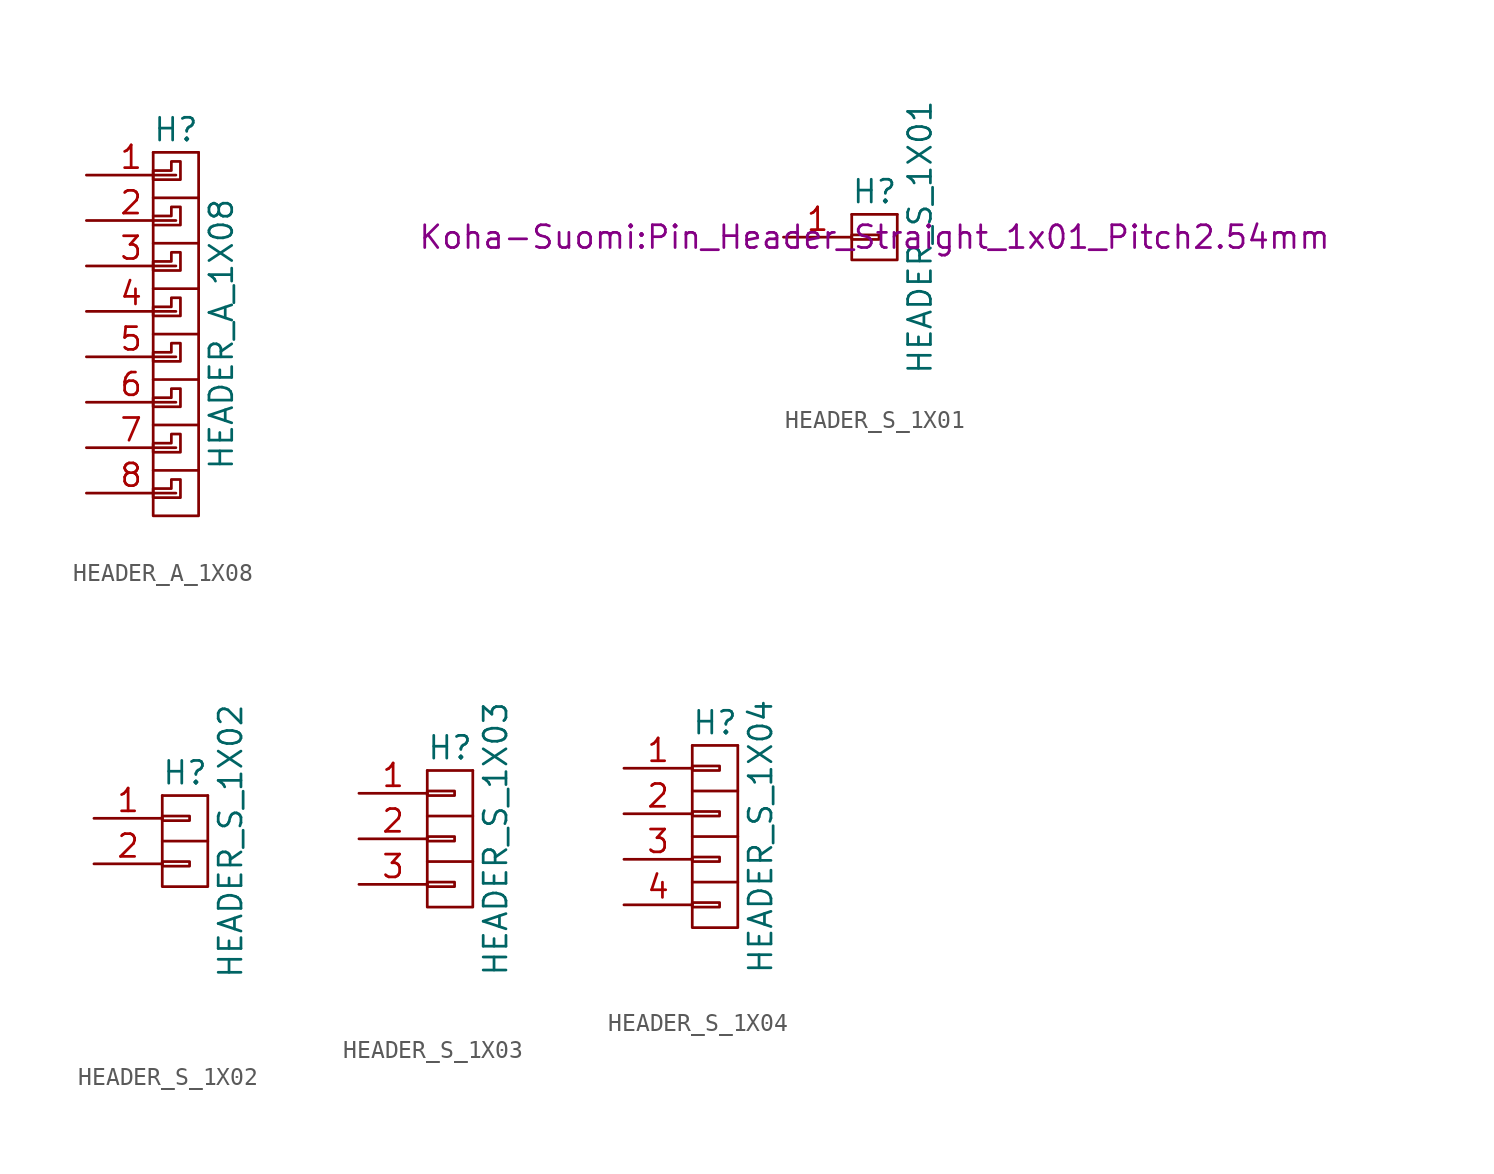
<source format=kicad_sym>
(kicad_symbol_lib
  (version 20220914)
  (generator kicad_symbol_editor)
  (symbol "HEADER_A_1X08"
    (pin_names
      (offset 1.016) hide)
    (property "Reference" "H"
      (at 0 13.97 0)
      (effects (font (size 1.27 1.27))))
    (property "Value" "HEADER_A_1X08"
      (at 2.54 2.54 90)
      (effects (font (size 1.27 1.27))))
    (property "Footprint" ""
      (at 0 0 0)
      (effects (font (size 1.27 1.27))))
    (property "Datasheet" ""
      (at 0 0 0)
      (effects (font (size 1.27 1.27))))
    (symbol "HEADER_A_1X08_0_1"
      (polyline (pts (xy 1.27 12.7) (xy -1.27 12.7)) (stroke (width 0) (type solid)) (fill (type none)))
      (polyline (pts (xy -1.27 -5.08) (xy -1.27 -7.62) (xy 1.27 -7.62) (xy 1.27 -5.08)) (stroke (width 0) (type solid)) (fill (type none)))
      (polyline (pts (xy -1.27 -2.54) (xy -1.27 -5.08) (xy 1.27 -5.08) (xy 1.27 -2.54)) (stroke (width 0) (type solid)) (fill (type none)))
      (polyline (pts (xy -1.27 0) (xy -1.27 -2.54) (xy 1.27 -2.54) (xy 1.27 0)) (stroke (width 0) (type solid)) (fill (type none)))
      (polyline (pts (xy -1.27 2.54) (xy -1.27 0) (xy 1.27 0) (xy 1.27 2.54)) (stroke (width 0) (type solid)) (fill (type none)))
      (polyline (pts (xy -1.27 5.08) (xy -1.27 2.54) (xy 1.27 2.54) (xy 1.27 5.08)) (stroke (width 0) (type solid)) (fill (type none)))
      (polyline (pts (xy -1.27 7.62) (xy -1.27 5.08) (xy 1.27 5.08) (xy 1.27 7.62)) (stroke (width 0) (type solid)) (fill (type none)))
      (polyline (pts (xy -1.27 10.16) (xy -1.27 7.62) (xy 1.27 7.62) (xy 1.27 10.16)) (stroke (width 0) (type solid)) (fill (type none)))
      (polyline (pts (xy -1.27 12.7) (xy -1.27 10.16) (xy 1.27 10.16) (xy 1.27 12.7)) (stroke (width 0) (type solid)) (fill (type none)))
      (polyline (pts (xy -1.27 9.144) (xy -0.254 9.144) (xy -0.254 9.652) (xy 0.254 9.652) (xy 0.254 8.636) (xy -1.27 8.636)) (stroke (width 0) (type solid)) (fill (type none)))
      (polyline (pts (xy -1.27 -6.604) (xy 0.254 -6.604) (xy 0.254 -5.588) (xy -0.254 -5.588) (xy -0.254 -6.096) (xy -1.27 -6.096) (xy -1.27 -6.604)) (stroke (width 0) (type solid)) (fill (type none)))
      (polyline (pts (xy -1.27 -4.064) (xy 0.254 -4.064) (xy 0.254 -3.048) (xy -0.254 -3.048) (xy -0.254 -3.556) (xy -1.27 -3.556) (xy -1.27 -4.064)) (stroke (width 0) (type solid)) (fill (type none)))
      (polyline (pts (xy -1.27 -1.524) (xy 0.254 -1.524) (xy 0.254 -0.508) (xy -0.254 -0.508) (xy -0.254 -1.016) (xy -1.27 -1.016) (xy -1.27 -1.524)) (stroke (width 0) (type solid)) (fill (type none)))
      (polyline (pts (xy -1.27 1.016) (xy 0.254 1.016) (xy 0.254 2.032) (xy -0.254 2.032) (xy -0.254 1.524) (xy -1.27 1.524) (xy -1.27 1.016)) (stroke (width 0) (type solid)) (fill (type none)))
      (polyline (pts (xy -1.27 6.096) (xy 0.254 6.096) (xy 0.254 7.112) (xy -0.254 7.112) (xy -0.254 6.604) (xy -1.27 6.604) (xy -1.27 6.096)) (stroke (width 0) (type solid)) (fill (type none)))
      (polyline (pts (xy -0.254 12.192) (xy 0.254 12.192) (xy 0.254 11.176) (xy -1.27 11.176) (xy -1.27 11.684) (xy -0.254 11.684) (xy -0.254 12.192)) (stroke (width 0) (type solid)) (fill (type none)))
      (polyline (pts (xy -1.27 3.556) (xy 0.254 3.556) (xy 0.254 4.572) (xy 0 4.572) (xy -0.254 4.572) (xy -0.254 4.064) (xy -1.27 4.064) (xy -1.27 3.556)) (stroke (width 0) (type solid)) (fill (type none))))
    (symbol "HEADER_A_1X08_1_1"
      (pin passive line (at 0 11.43 180) (length 5.004) (name "P1" (effects (font (size 1.27 1.27)))) (number "1" (effects (font (size 1.27 1.27)))))
      (pin passive line (at 0 8.89 180) (length 5.004) (name "P2" (effects (font (size 1.27 1.27)))) (number "2" (effects (font (size 1.27 1.27)))))
      (pin passive line (at 0 6.35 180) (length 5.004) (name "P3" (effects (font (size 1.27 1.27)))) (number "3" (effects (font (size 1.27 1.27)))))
      (pin passive line (at 0 3.81 180) (length 5.004) (name "P4" (effects (font (size 1.27 1.27)))) (number "4" (effects (font (size 1.27 1.27)))))
      (pin passive line (at 0 1.27 180) (length 5.004) (name "P5" (effects (font (size 1.27 1.27)))) (number "5" (effects (font (size 1.27 1.27)))))
      (pin passive line (at 0 -1.27 180) (length 5.004) (name "P6" (effects (font (size 1.27 1.27)))) (number "6" (effects (font (size 1.27 1.27)))))
      (pin passive line (at 0 -3.81 180) (length 5.004) (name "P7" (effects (font (size 1.27 1.27)))) (number "7" (effects (font (size 1.27 1.27)))))
      (pin passive line (at 0 -6.35 180) (length 5.004) (name "P8" (effects (font (size 1.27 1.27)))) (number "8" (effects (font (size 1.27 1.27)))))))
  (symbol "HEADER_S_1X01"
    (pin_names
      (offset 1.016) hide)
    (property "Reference" "H"
      (at 0 2.54 0)
      (effects (font (size 1.27 1.27))))
    (property "Value" "HEADER_S_1X01"
      (at 2.54 0 90)
      (effects (font (size 1.27 1.27))))
    (property "Footprint" "Koha-Suomi:Pin_Header_Straight_1x01_Pitch2.54mm"
      (at 0 0 0)
      (effects (font (size 1.27 1.27))))
    (property "Datasheet" ""
      (at 0 0 0)
      (effects (font (size 1.27 1.27))))
    (symbol "HEADER_S_1X01_0_1"
      (rectangle (start -1.27 0.127) (end 0.254 -0.127) (stroke (width 0) (type solid)) (fill (type none)))
      (polyline (pts (xy 1.27 1.27) (xy -1.27 1.27)) (stroke (width 0) (type solid)) (fill (type none)))
      (polyline (pts (xy -1.27 1.27) (xy -1.27 -1.27) (xy 1.27 -1.27) (xy 1.27 1.27)) (stroke (width 0) (type solid)) (fill (type none))))
    (symbol "HEADER_S_1X01_1_1"
      (pin passive line (at -5.08 0 0) (length 3.81) (name "P1" (effects (font (size 1.27 1.27)))) (number "1" (effects (font (size 1.27 1.27)))))))
  (symbol "HEADER_S_1X02"
    (pin_names
      (offset 1.016) hide)
    (property "Reference" "H"
      (at 0 13.97 0)
      (effects (font (size 1.27 1.27))))
    (property "Value" "HEADER_S_1X02"
      (at 2.54 10.16 90)
      (effects (font (size 1.27 1.27))))
    (property "Footprint" ""
      (at 0 0 0)
      (effects (font (size 1.27 1.27))))
    (property "Datasheet" ""
      (at 0 0 0)
      (effects (font (size 1.27 1.27))))
    (symbol "HEADER_S_1X02_0_1"
      (rectangle (start -1.27 9.017) (end 0.254 8.763) (stroke (width 0) (type solid)) (fill (type none)))
      (rectangle (start -1.27 11.557) (end 0.254 11.303) (stroke (width 0) (type solid)) (fill (type none)))
      (polyline (pts (xy 1.27 12.7) (xy -1.27 12.7)) (stroke (width 0) (type solid)) (fill (type none)))
      (polyline (pts (xy -1.27 10.16) (xy -1.27 7.62) (xy 1.27 7.62) (xy 1.27 10.16)) (stroke (width 0) (type solid)) (fill (type none)))
      (polyline (pts (xy -1.27 12.7) (xy -1.27 10.16) (xy 1.27 10.16) (xy 1.27 12.7)) (stroke (width 0) (type solid)) (fill (type none))))
    (symbol "HEADER_S_1X02_1_1"
      (pin passive line (at -5.08 11.43 0) (length 3.81) (name "P1" (effects (font (size 1.27 1.27)))) (number "1" (effects (font (size 1.27 1.27)))))
      (pin passive line (at -5.08 8.89 0) (length 3.81) (name "P2" (effects (font (size 1.27 1.27)))) (number "2" (effects (font (size 1.27 1.27)))))))
  (symbol "HEADER_S_1X03"
    (pin_names
      (offset 1.016) hide)
    (property "Reference" "H"
      (at 0 13.97 0)
      (effects (font (size 1.27 1.27))))
    (property "Value" "HEADER_S_1X03"
      (at 2.54 8.89 90)
      (effects (font (size 1.27 1.27))))
    (property "Footprint" ""
      (at 0 0 0)
      (effects (font (size 1.27 1.27))))
    (property "Datasheet" ""
      (at 0 0 0)
      (effects (font (size 1.27 1.27))))
    (symbol "HEADER_S_1X03_0_1"
      (rectangle (start -1.27 6.477) (end 0.254 6.223) (stroke (width 0) (type solid)) (fill (type none)))
      (rectangle (start -1.27 9.017) (end 0.254 8.763) (stroke (width 0) (type solid)) (fill (type none)))
      (rectangle (start -1.27 11.557) (end 0.254 11.303) (stroke (width 0) (type solid)) (fill (type none)))
      (polyline (pts (xy 1.27 12.7) (xy -1.27 12.7)) (stroke (width 0) (type solid)) (fill (type none)))
      (polyline (pts (xy -1.27 10.16) (xy -1.27 7.62) (xy 1.27 7.62) (xy 1.27 10.16)) (stroke (width 0) (type solid)) (fill (type none)))
      (polyline (pts (xy -1.27 12.7) (xy -1.27 10.16) (xy 1.27 10.16) (xy 1.27 12.7)) (stroke (width 0) (type solid)) (fill (type none)))
      (polyline (pts (xy -1.27 7.62) (xy -1.27 6.35) (xy -1.27 5.08) (xy 1.27 5.08) (xy 1.27 7.62)) (stroke (width 0) (type solid)) (fill (type none))))
    (symbol "HEADER_S_1X03_1_1"
      (pin passive line (at -5.08 11.43 0) (length 3.81) (name "P1" (effects (font (size 1.27 1.27)))) (number "1" (effects (font (size 1.27 1.27)))))
      (pin passive line (at -5.08 8.89 0) (length 3.81) (name "P2" (effects (font (size 1.27 1.27)))) (number "2" (effects (font (size 1.27 1.27)))))
      (pin passive line (at -5.08 6.35 0) (length 3.81) (name "P3" (effects (font (size 1.27 1.27)))) (number "3" (effects (font (size 1.27 1.27)))))))
  (symbol "HEADER_S_1X04"
    (pin_names
      (offset 1.016) hide)
    (property "Reference" "H"
      (at 0 13.97 0)
      (effects (font (size 1.27 1.27))))
    (property "Value" "HEADER_S_1X04"
      (at 2.54 7.62 90)
      (effects (font (size 1.27 1.27))))
    (property "Footprint" ""
      (at 0 0 0)
      (effects (font (size 1.27 1.27))))
    (property "Datasheet" ""
      (at 0 0 0)
      (effects (font (size 1.27 1.27))))
    (symbol "HEADER_S_1X04_0_1"
      (rectangle (start -1.27 3.937) (end 0.254 3.683) (stroke (width 0) (type solid)) (fill (type none)))
      (rectangle (start -1.27 6.477) (end 0.254 6.223) (stroke (width 0) (type solid)) (fill (type none)))
      (rectangle (start -1.27 9.017) (end 0.254 8.763) (stroke (width 0) (type solid)) (fill (type none)))
      (rectangle (start -1.27 11.557) (end 0.254 11.303) (stroke (width 0) (type solid)) (fill (type none)))
      (polyline (pts (xy 1.27 12.7) (xy -1.27 12.7)) (stroke (width 0) (type solid)) (fill (type none)))
      (polyline (pts (xy -1.27 5.08) (xy -1.27 2.54) (xy 1.27 2.54) (xy 1.27 5.08)) (stroke (width 0) (type solid)) (fill (type none)))
      (polyline (pts (xy -1.27 10.16) (xy -1.27 7.62) (xy 1.27 7.62) (xy 1.27 10.16)) (stroke (width 0) (type solid)) (fill (type none)))
      (polyline (pts (xy -1.27 12.7) (xy -1.27 10.16) (xy 1.27 10.16) (xy 1.27 12.7)) (stroke (width 0) (type solid)) (fill (type none)))
      (polyline (pts (xy -1.27 7.62) (xy -1.27 6.35) (xy -1.27 5.08) (xy 1.27 5.08) (xy 1.27 7.62)) (stroke (width 0) (type solid)) (fill (type none))))
    (symbol "HEADER_S_1X04_1_1"
      (pin passive line (at -5.08 11.43 0) (length 3.81) (name "P1" (effects (font (size 1.27 1.27)))) (number "1" (effects (font (size 1.27 1.27)))))
      (pin passive line (at -5.08 8.89 0) (length 3.81) (name "P2" (effects (font (size 1.27 1.27)))) (number "2" (effects (font (size 1.27 1.27)))))
      (pin passive line (at -5.08 6.35 0) (length 3.81) (name "P3" (effects (font (size 1.27 1.27)))) (number "3" (effects (font (size 1.27 1.27)))))
      (pin passive line (at -5.08 3.81 0) (length 3.81) (name "P4" (effects (font (size 1.27 1.27)))) (number "4" (effects (font (size 1.27 1.27))))))))
</source>
